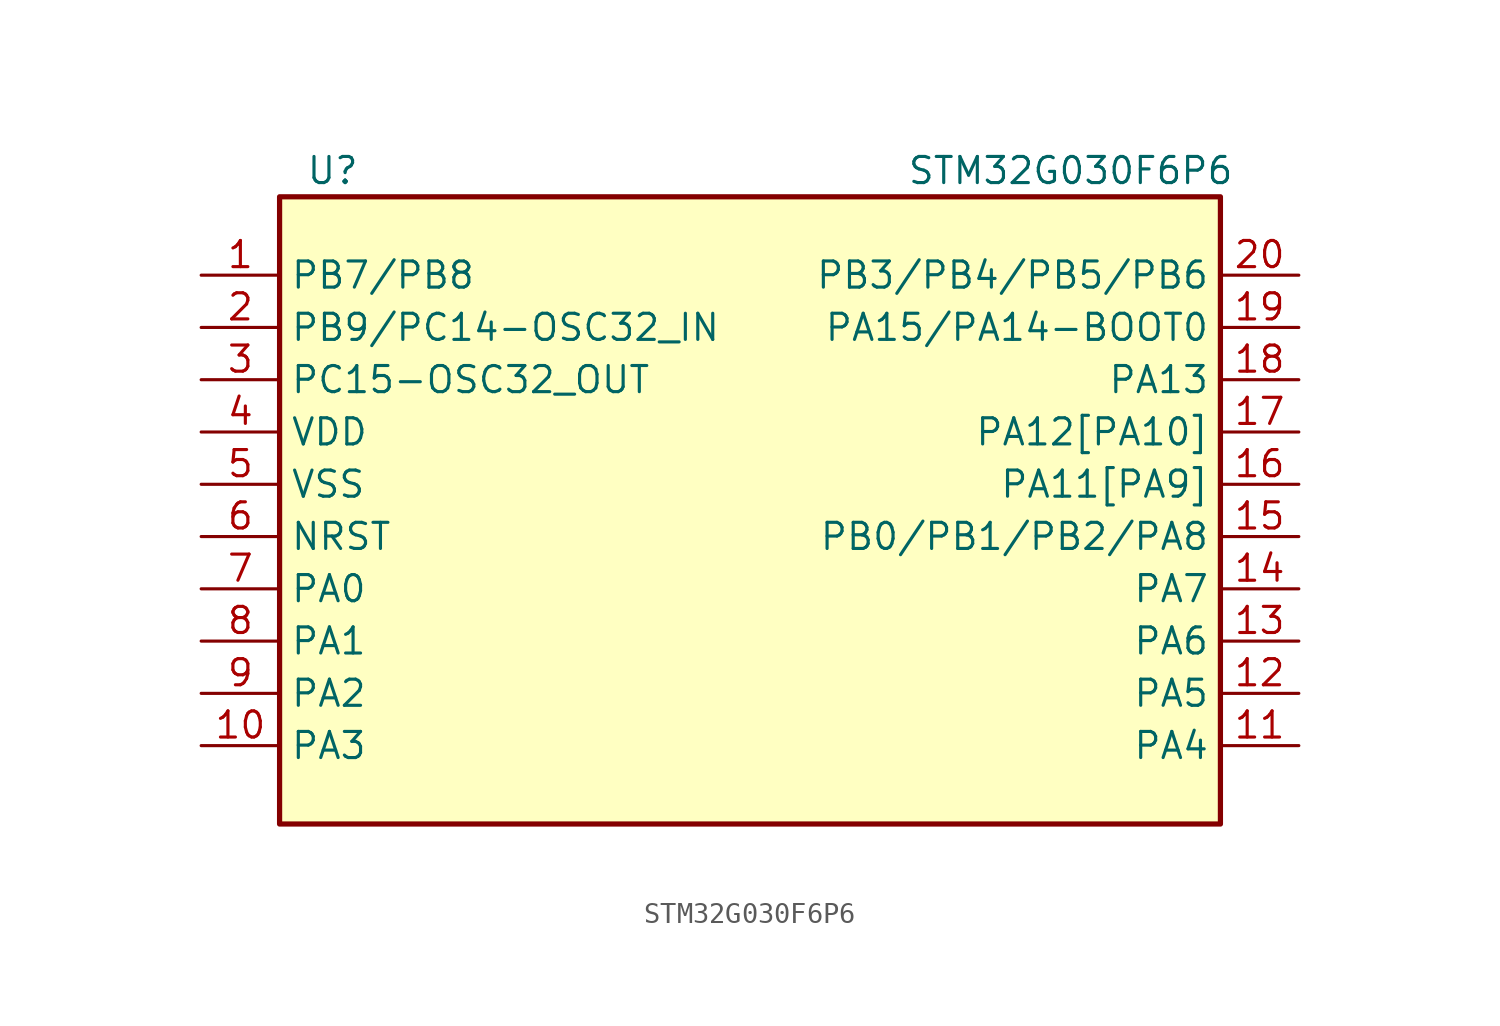
<source format=kicad_sym>
(kicad_symbol_lib
  (version 20211014)
  (generator kicad_symbol_editor)
  (symbol "STM32G030F6P6"
    (property "Reference" "U"
      (at -21.59 16.51 0)
      (effects (font (size 1.27 1.27)) (justify left)))
    (property "Value" "STM32G030F6P6"
      (at 7.62 16.51 0)
      (effects (font (size 1.27 1.27)) (justify left)))
    (symbol "STM32G030F6P6_0_1"
      (rectangle (start -22.86 15.24) (end 22.86 -15.24) (stroke (width 0.254) (type default) (color 0 0 0 0)) (fill (type background))))
    (symbol "STM32G030F6P6_1_1"
      (pin bidirectional line (at -26.67 11.43 0) (length 3.81) (name "PB7/PB8" (effects (font (size 1.27 1.27)))) (number "1" (effects (font (size 1.27 1.27)))))
      (pin bidirectional line (at -26.67 -11.43 0) (length 3.81) (name "PA3" (effects (font (size 1.27 1.27)))) (number "10" (effects (font (size 1.27 1.27)))))
      (pin bidirectional line (at 26.67 -11.43 180) (length 3.81) (name "PA4" (effects (font (size 1.27 1.27)))) (number "11" (effects (font (size 1.27 1.27)))))
      (pin bidirectional line (at 26.67 -8.89 180) (length 3.81) (name "PA5" (effects (font (size 1.27 1.27)))) (number "12" (effects (font (size 1.27 1.27)))))
      (pin bidirectional line (at 26.67 -6.35 180) (length 3.81) (name "PA6" (effects (font (size 1.27 1.27)))) (number "13" (effects (font (size 1.27 1.27)))))
      (pin bidirectional line (at 26.67 -3.81 180) (length 3.81) (name "PA7" (effects (font (size 1.27 1.27)))) (number "14" (effects (font (size 1.27 1.27)))))
      (pin bidirectional line (at 26.67 -1.27 180) (length 3.81) (name "PB0/PB1/PB2/PA8" (effects (font (size 1.27 1.27)))) (number "15" (effects (font (size 1.27 1.27)))))
      (pin bidirectional line (at 26.67 1.27 180) (length 3.81) (name "PA11[PA9]" (effects (font (size 1.27 1.27)))) (number "16" (effects (font (size 1.27 1.27)))))
      (pin bidirectional line (at 26.67 3.81 180) (length 3.81) (name "PA12[PA10]" (effects (font (size 1.27 1.27)))) (number "17" (effects (font (size 1.27 1.27)))))
      (pin bidirectional line (at 26.67 6.35 180) (length 3.81) (name "PA13" (effects (font (size 1.27 1.27)))) (number "18" (effects (font (size 1.27 1.27)))))
      (pin bidirectional line (at 26.67 8.89 180) (length 3.81) (name "PA15/PA14-BOOT0" (effects (font (size 1.27 1.27)))) (number "19" (effects (font (size 1.27 1.27)))))
      (pin bidirectional line (at -26.67 8.89 0) (length 3.81) (name "PB9/PC14-OSC32_IN" (effects (font (size 1.27 1.27)))) (number "2" (effects (font (size 1.27 1.27)))))
      (pin bidirectional line (at 26.67 11.43 180) (length 3.81) (name "PB3/PB4/PB5/PB6" (effects (font (size 1.27 1.27)))) (number "20" (effects (font (size 1.27 1.27)))))
      (pin bidirectional line (at -26.67 6.35 0) (length 3.81) (name "PC15-OSC32_OUT" (effects (font (size 1.27 1.27)))) (number "3" (effects (font (size 1.27 1.27)))))
      (pin power_in line (at -26.67 3.81 0) (length 3.81) (name "VDD" (effects (font (size 1.27 1.27)))) (number "4" (effects (font (size 1.27 1.27)))))
      (pin power_in line (at -26.67 1.27 0) (length 3.81) (name "VSS" (effects (font (size 1.27 1.27)))) (number "5" (effects (font (size 1.27 1.27)))))
      (pin bidirectional line (at -26.67 -1.27 0) (length 3.81) (name "NRST" (effects (font (size 1.27 1.27)))) (number "6" (effects (font (size 1.27 1.27)))))
      (pin bidirectional line (at -26.67 -3.81 0) (length 3.81) (name "PA0" (effects (font (size 1.27 1.27)))) (number "7" (effects (font (size 1.27 1.27)))))
      (pin bidirectional line (at -26.67 -6.35 0) (length 3.81) (name "PA1" (effects (font (size 1.27 1.27)))) (number "8" (effects (font (size 1.27 1.27)))))
      (pin bidirectional line (at -26.67 -8.89 0) (length 3.81) (name "PA2" (effects (font (size 1.27 1.27)))) (number "9" (effects (font (size 1.27 1.27))))))))
</source>
